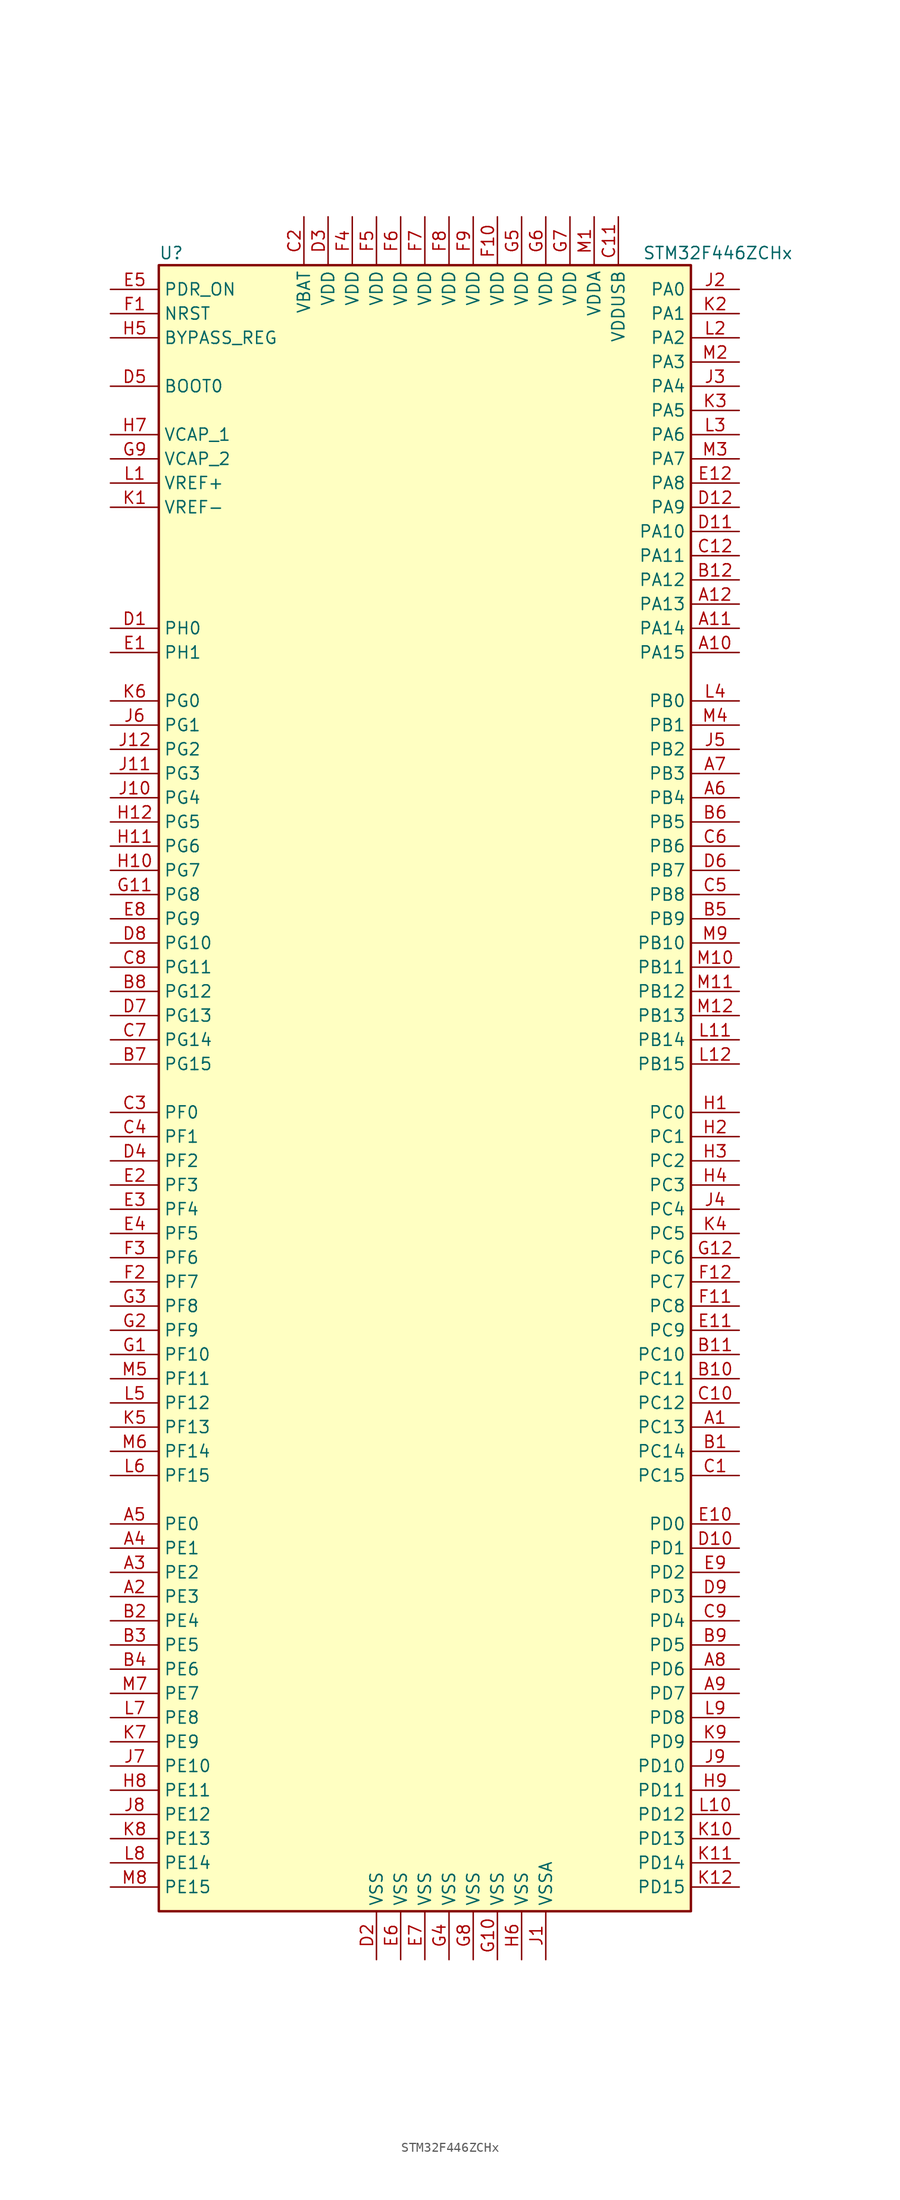
<source format=kicad_sym>
(kicad_symbol_lib
  (version 20201005)
  (generator kicad_symbol_editor)
  (symbol "STM32F446ZCHx"
    (property "Reference" "U"
      (at -27.94 87.63 0)
      (effects (font (size 1.27 1.27)) (justify left)))
    (property "Value" "STM32F446ZCHx"
      (at 22.86 87.63 0)
      (effects (font (size 1.27 1.27)) (justify left)))
    (symbol "STM32F446ZCHx_0_1"
      (rectangle (start -27.94 -86.36) (end 27.94 86.36) (stroke (width 0.254)) (fill (type background))))
    (symbol "STM32F446ZCHx_1_1"
      (pin bidirectional line (at 33.02 -35.56 180) (length 5.08) (name "PC13" (effects (font (size 1.27 1.27)))) (number "A1" (effects (font (size 1.27 1.27)))))
      (pin bidirectional line (at 33.02 45.72 180) (length 5.08) (name "PA15" (effects (font (size 1.27 1.27)))) (number "A10" (effects (font (size 1.27 1.27)))))
      (pin bidirectional line (at 33.02 48.26 180) (length 5.08) (name "PA14" (effects (font (size 1.27 1.27)))) (number "A11" (effects (font (size 1.27 1.27)))))
      (pin bidirectional line (at 33.02 50.8 180) (length 5.08) (name "PA13" (effects (font (size 1.27 1.27)))) (number "A12" (effects (font (size 1.27 1.27)))))
      (pin bidirectional line (at -33.02 -53.34 0) (length 5.08) (name "PE3" (effects (font (size 1.27 1.27)))) (number "A2" (effects (font (size 1.27 1.27)))))
      (pin bidirectional line (at -33.02 -50.8 0) (length 5.08) (name "PE2" (effects (font (size 1.27 1.27)))) (number "A3" (effects (font (size 1.27 1.27)))))
      (pin bidirectional line (at -33.02 -48.26 0) (length 5.08) (name "PE1" (effects (font (size 1.27 1.27)))) (number "A4" (effects (font (size 1.27 1.27)))))
      (pin bidirectional line (at -33.02 -45.72 0) (length 5.08) (name "PE0" (effects (font (size 1.27 1.27)))) (number "A5" (effects (font (size 1.27 1.27)))))
      (pin bidirectional line (at 33.02 30.48 180) (length 5.08) (name "PB4" (effects (font (size 1.27 1.27)))) (number "A6" (effects (font (size 1.27 1.27)))))
      (pin bidirectional line (at 33.02 33.02 180) (length 5.08) (name "PB3" (effects (font (size 1.27 1.27)))) (number "A7" (effects (font (size 1.27 1.27)))))
      (pin bidirectional line (at 33.02 -60.96 180) (length 5.08) (name "PD6" (effects (font (size 1.27 1.27)))) (number "A8" (effects (font (size 1.27 1.27)))))
      (pin bidirectional line (at 33.02 -63.5 180) (length 5.08) (name "PD7" (effects (font (size 1.27 1.27)))) (number "A9" (effects (font (size 1.27 1.27)))))
      (pin bidirectional line (at 33.02 -38.1 180) (length 5.08) (name "PC14" (effects (font (size 1.27 1.27)))) (number "B1" (effects (font (size 1.27 1.27)))))
      (pin bidirectional line (at 33.02 -30.48 180) (length 5.08) (name "PC11" (effects (font (size 1.27 1.27)))) (number "B10" (effects (font (size 1.27 1.27)))))
      (pin bidirectional line (at 33.02 -27.94 180) (length 5.08) (name "PC10" (effects (font (size 1.27 1.27)))) (number "B11" (effects (font (size 1.27 1.27)))))
      (pin bidirectional line (at 33.02 53.34 180) (length 5.08) (name "PA12" (effects (font (size 1.27 1.27)))) (number "B12" (effects (font (size 1.27 1.27)))))
      (pin bidirectional line (at -33.02 -55.88 0) (length 5.08) (name "PE4" (effects (font (size 1.27 1.27)))) (number "B2" (effects (font (size 1.27 1.27)))))
      (pin bidirectional line (at -33.02 -58.42 0) (length 5.08) (name "PE5" (effects (font (size 1.27 1.27)))) (number "B3" (effects (font (size 1.27 1.27)))))
      (pin bidirectional line (at -33.02 -60.96 0) (length 5.08) (name "PE6" (effects (font (size 1.27 1.27)))) (number "B4" (effects (font (size 1.27 1.27)))))
      (pin bidirectional line (at 33.02 17.78 180) (length 5.08) (name "PB9" (effects (font (size 1.27 1.27)))) (number "B5" (effects (font (size 1.27 1.27)))))
      (pin bidirectional line (at 33.02 27.94 180) (length 5.08) (name "PB5" (effects (font (size 1.27 1.27)))) (number "B6" (effects (font (size 1.27 1.27)))))
      (pin bidirectional line (at -33.02 2.54 0) (length 5.08) (name "PG15" (effects (font (size 1.27 1.27)))) (number "B7" (effects (font (size 1.27 1.27)))))
      (pin bidirectional line (at -33.02 10.16 0) (length 5.08) (name "PG12" (effects (font (size 1.27 1.27)))) (number "B8" (effects (font (size 1.27 1.27)))))
      (pin bidirectional line (at 33.02 -58.42 180) (length 5.08) (name "PD5" (effects (font (size 1.27 1.27)))) (number "B9" (effects (font (size 1.27 1.27)))))
      (pin bidirectional line (at 33.02 -40.64 180) (length 5.08) (name "PC15" (effects (font (size 1.27 1.27)))) (number "C1" (effects (font (size 1.27 1.27)))))
      (pin bidirectional line (at 33.02 -33.02 180) (length 5.08) (name "PC12" (effects (font (size 1.27 1.27)))) (number "C10" (effects (font (size 1.27 1.27)))))
      (pin power_in line (at 20.32 91.44 270) (length 5.08) (name "VDDUSB" (effects (font (size 1.27 1.27)))) (number "C11" (effects (font (size 1.27 1.27)))))
      (pin bidirectional line (at 33.02 55.88 180) (length 5.08) (name "PA11" (effects (font (size 1.27 1.27)))) (number "C12" (effects (font (size 1.27 1.27)))))
      (pin power_in line (at -12.7 91.44 270) (length 5.08) (name "VBAT" (effects (font (size 1.27 1.27)))) (number "C2" (effects (font (size 1.27 1.27)))))
      (pin bidirectional line (at -33.02 -2.54 0) (length 5.08) (name "PF0" (effects (font (size 1.27 1.27)))) (number "C3" (effects (font (size 1.27 1.27)))))
      (pin bidirectional line (at -33.02 -5.08 0) (length 5.08) (name "PF1" (effects (font (size 1.27 1.27)))) (number "C4" (effects (font (size 1.27 1.27)))))
      (pin bidirectional line (at 33.02 20.32 180) (length 5.08) (name "PB8" (effects (font (size 1.27 1.27)))) (number "C5" (effects (font (size 1.27 1.27)))))
      (pin bidirectional line (at 33.02 25.4 180) (length 5.08) (name "PB6" (effects (font (size 1.27 1.27)))) (number "C6" (effects (font (size 1.27 1.27)))))
      (pin bidirectional line (at -33.02 5.08 0) (length 5.08) (name "PG14" (effects (font (size 1.27 1.27)))) (number "C7" (effects (font (size 1.27 1.27)))))
      (pin bidirectional line (at -33.02 12.7 0) (length 5.08) (name "PG11" (effects (font (size 1.27 1.27)))) (number "C8" (effects (font (size 1.27 1.27)))))
      (pin bidirectional line (at 33.02 -55.88 180) (length 5.08) (name "PD4" (effects (font (size 1.27 1.27)))) (number "C9" (effects (font (size 1.27 1.27)))))
      (pin input line (at -33.02 48.26 0) (length 5.08) (name "PH0" (effects (font (size 1.27 1.27)))) (number "D1" (effects (font (size 1.27 1.27)))))
      (pin bidirectional line (at 33.02 -48.26 180) (length 5.08) (name "PD1" (effects (font (size 1.27 1.27)))) (number "D10" (effects (font (size 1.27 1.27)))))
      (pin bidirectional line (at 33.02 58.42 180) (length 5.08) (name "PA10" (effects (font (size 1.27 1.27)))) (number "D11" (effects (font (size 1.27 1.27)))))
      (pin bidirectional line (at 33.02 60.96 180) (length 5.08) (name "PA9" (effects (font (size 1.27 1.27)))) (number "D12" (effects (font (size 1.27 1.27)))))
      (pin power_in line (at -5.08 -91.44 90) (length 5.08) (name "VSS" (effects (font (size 1.27 1.27)))) (number "D2" (effects (font (size 1.27 1.27)))))
      (pin power_in line (at -10.16 91.44 270) (length 5.08) (name "VDD" (effects (font (size 1.27 1.27)))) (number "D3" (effects (font (size 1.27 1.27)))))
      (pin bidirectional line (at -33.02 -7.62 0) (length 5.08) (name "PF2" (effects (font (size 1.27 1.27)))) (number "D4" (effects (font (size 1.27 1.27)))))
      (pin input line (at -33.02 73.66 0) (length 5.08) (name "BOOT0" (effects (font (size 1.27 1.27)))) (number "D5" (effects (font (size 1.27 1.27)))))
      (pin bidirectional line (at 33.02 22.86 180) (length 5.08) (name "PB7" (effects (font (size 1.27 1.27)))) (number "D6" (effects (font (size 1.27 1.27)))))
      (pin bidirectional line (at -33.02 7.62 0) (length 5.08) (name "PG13" (effects (font (size 1.27 1.27)))) (number "D7" (effects (font (size 1.27 1.27)))))
      (pin bidirectional line (at -33.02 15.24 0) (length 5.08) (name "PG10" (effects (font (size 1.27 1.27)))) (number "D8" (effects (font (size 1.27 1.27)))))
      (pin bidirectional line (at 33.02 -53.34 180) (length 5.08) (name "PD3" (effects (font (size 1.27 1.27)))) (number "D9" (effects (font (size 1.27 1.27)))))
      (pin input line (at -33.02 45.72 0) (length 5.08) (name "PH1" (effects (font (size 1.27 1.27)))) (number "E1" (effects (font (size 1.27 1.27)))))
      (pin bidirectional line (at 33.02 -45.72 180) (length 5.08) (name "PD0" (effects (font (size 1.27 1.27)))) (number "E10" (effects (font (size 1.27 1.27)))))
      (pin bidirectional line (at 33.02 -25.4 180) (length 5.08) (name "PC9" (effects (font (size 1.27 1.27)))) (number "E11" (effects (font (size 1.27 1.27)))))
      (pin bidirectional line (at 33.02 63.5 180) (length 5.08) (name "PA8" (effects (font (size 1.27 1.27)))) (number "E12" (effects (font (size 1.27 1.27)))))
      (pin bidirectional line (at -33.02 -10.16 0) (length 5.08) (name "PF3" (effects (font (size 1.27 1.27)))) (number "E2" (effects (font (size 1.27 1.27)))))
      (pin bidirectional line (at -33.02 -12.7 0) (length 5.08) (name "PF4" (effects (font (size 1.27 1.27)))) (number "E3" (effects (font (size 1.27 1.27)))))
      (pin bidirectional line (at -33.02 -15.24 0) (length 5.08) (name "PF5" (effects (font (size 1.27 1.27)))) (number "E4" (effects (font (size 1.27 1.27)))))
      (pin input line (at -33.02 83.82 0) (length 5.08) (name "PDR_ON" (effects (font (size 1.27 1.27)))) (number "E5" (effects (font (size 1.27 1.27)))))
      (pin power_in line (at -2.54 -91.44 90) (length 5.08) (name "VSS" (effects (font (size 1.27 1.27)))) (number "E6" (effects (font (size 1.27 1.27)))))
      (pin power_in line (at 0 -91.44 90) (length 5.08) (name "VSS" (effects (font (size 1.27 1.27)))) (number "E7" (effects (font (size 1.27 1.27)))))
      (pin bidirectional line (at -33.02 17.78 0) (length 5.08) (name "PG9" (effects (font (size 1.27 1.27)))) (number "E8" (effects (font (size 1.27 1.27)))))
      (pin bidirectional line (at 33.02 -50.8 180) (length 5.08) (name "PD2" (effects (font (size 1.27 1.27)))) (number "E9" (effects (font (size 1.27 1.27)))))
      (pin input line (at -33.02 81.28 0) (length 5.08) (name "NRST" (effects (font (size 1.27 1.27)))) (number "F1" (effects (font (size 1.27 1.27)))))
      (pin power_in line (at 7.62 91.44 270) (length 5.08) (name "VDD" (effects (font (size 1.27 1.27)))) (number "F10" (effects (font (size 1.27 1.27)))))
      (pin bidirectional line (at 33.02 -22.86 180) (length 5.08) (name "PC8" (effects (font (size 1.27 1.27)))) (number "F11" (effects (font (size 1.27 1.27)))))
      (pin bidirectional line (at 33.02 -20.32 180) (length 5.08) (name "PC7" (effects (font (size 1.27 1.27)))) (number "F12" (effects (font (size 1.27 1.27)))))
      (pin bidirectional line (at -33.02 -20.32 0) (length 5.08) (name "PF7" (effects (font (size 1.27 1.27)))) (number "F2" (effects (font (size 1.27 1.27)))))
      (pin bidirectional line (at -33.02 -17.78 0) (length 5.08) (name "PF6" (effects (font (size 1.27 1.27)))) (number "F3" (effects (font (size 1.27 1.27)))))
      (pin power_in line (at -7.62 91.44 270) (length 5.08) (name "VDD" (effects (font (size 1.27 1.27)))) (number "F4" (effects (font (size 1.27 1.27)))))
      (pin power_in line (at -5.08 91.44 270) (length 5.08) (name "VDD" (effects (font (size 1.27 1.27)))) (number "F5" (effects (font (size 1.27 1.27)))))
      (pin power_in line (at -2.54 91.44 270) (length 5.08) (name "VDD" (effects (font (size 1.27 1.27)))) (number "F6" (effects (font (size 1.27 1.27)))))
      (pin power_in line (at 0 91.44 270) (length 5.08) (name "VDD" (effects (font (size 1.27 1.27)))) (number "F7" (effects (font (size 1.27 1.27)))))
      (pin power_in line (at 2.54 91.44 270) (length 5.08) (name "VDD" (effects (font (size 1.27 1.27)))) (number "F8" (effects (font (size 1.27 1.27)))))
      (pin power_in line (at 5.08 91.44 270) (length 5.08) (name "VDD" (effects (font (size 1.27 1.27)))) (number "F9" (effects (font (size 1.27 1.27)))))
      (pin bidirectional line (at -33.02 -27.94 0) (length 5.08) (name "PF10" (effects (font (size 1.27 1.27)))) (number "G1" (effects (font (size 1.27 1.27)))))
      (pin power_in line (at 7.62 -91.44 90) (length 5.08) (name "VSS" (effects (font (size 1.27 1.27)))) (number "G10" (effects (font (size 1.27 1.27)))))
      (pin bidirectional line (at -33.02 20.32 0) (length 5.08) (name "PG8" (effects (font (size 1.27 1.27)))) (number "G11" (effects (font (size 1.27 1.27)))))
      (pin bidirectional line (at 33.02 -17.78 180) (length 5.08) (name "PC6" (effects (font (size 1.27 1.27)))) (number "G12" (effects (font (size 1.27 1.27)))))
      (pin bidirectional line (at -33.02 -25.4 0) (length 5.08) (name "PF9" (effects (font (size 1.27 1.27)))) (number "G2" (effects (font (size 1.27 1.27)))))
      (pin bidirectional line (at -33.02 -22.86 0) (length 5.08) (name "PF8" (effects (font (size 1.27 1.27)))) (number "G3" (effects (font (size 1.27 1.27)))))
      (pin power_in line (at 2.54 -91.44 90) (length 5.08) (name "VSS" (effects (font (size 1.27 1.27)))) (number "G4" (effects (font (size 1.27 1.27)))))
      (pin power_in line (at 10.16 91.44 270) (length 5.08) (name "VDD" (effects (font (size 1.27 1.27)))) (number "G5" (effects (font (size 1.27 1.27)))))
      (pin power_in line (at 12.7 91.44 270) (length 5.08) (name "VDD" (effects (font (size 1.27 1.27)))) (number "G6" (effects (font (size 1.27 1.27)))))
      (pin power_in line (at 15.24 91.44 270) (length 5.08) (name "VDD" (effects (font (size 1.27 1.27)))) (number "G7" (effects (font (size 1.27 1.27)))))
      (pin power_in line (at 5.08 -91.44 90) (length 5.08) (name "VSS" (effects (font (size 1.27 1.27)))) (number "G8" (effects (font (size 1.27 1.27)))))
      (pin power_in line (at -33.02 66.04 0) (length 5.08) (name "VCAP_2" (effects (font (size 1.27 1.27)))) (number "G9" (effects (font (size 1.27 1.27)))))
      (pin bidirectional line (at 33.02 -2.54 180) (length 5.08) (name "PC0" (effects (font (size 1.27 1.27)))) (number "H1" (effects (font (size 1.27 1.27)))))
      (pin bidirectional line (at -33.02 22.86 0) (length 5.08) (name "PG7" (effects (font (size 1.27 1.27)))) (number "H10" (effects (font (size 1.27 1.27)))))
      (pin bidirectional line (at -33.02 25.4 0) (length 5.08) (name "PG6" (effects (font (size 1.27 1.27)))) (number "H11" (effects (font (size 1.27 1.27)))))
      (pin bidirectional line (at -33.02 27.94 0) (length 5.08) (name "PG5" (effects (font (size 1.27 1.27)))) (number "H12" (effects (font (size 1.27 1.27)))))
      (pin bidirectional line (at 33.02 -5.08 180) (length 5.08) (name "PC1" (effects (font (size 1.27 1.27)))) (number "H2" (effects (font (size 1.27 1.27)))))
      (pin bidirectional line (at 33.02 -7.62 180) (length 5.08) (name "PC2" (effects (font (size 1.27 1.27)))) (number "H3" (effects (font (size 1.27 1.27)))))
      (pin bidirectional line (at 33.02 -10.16 180) (length 5.08) (name "PC3" (effects (font (size 1.27 1.27)))) (number "H4" (effects (font (size 1.27 1.27)))))
      (pin input line (at -33.02 78.74 0) (length 5.08) (name "BYPASS_REG" (effects (font (size 1.27 1.27)))) (number "H5" (effects (font (size 1.27 1.27)))))
      (pin power_in line (at 10.16 -91.44 90) (length 5.08) (name "VSS" (effects (font (size 1.27 1.27)))) (number "H6" (effects (font (size 1.27 1.27)))))
      (pin power_in line (at -33.02 68.58 0) (length 5.08) (name "VCAP_1" (effects (font (size 1.27 1.27)))) (number "H7" (effects (font (size 1.27 1.27)))))
      (pin bidirectional line (at -33.02 -73.66 0) (length 5.08) (name "PE11" (effects (font (size 1.27 1.27)))) (number "H8" (effects (font (size 1.27 1.27)))))
      (pin bidirectional line (at 33.02 -73.66 180) (length 5.08) (name "PD11" (effects (font (size 1.27 1.27)))) (number "H9" (effects (font (size 1.27 1.27)))))
      (pin power_in line (at 12.7 -91.44 90) (length 5.08) (name "VSSA" (effects (font (size 1.27 1.27)))) (number "J1" (effects (font (size 1.27 1.27)))))
      (pin bidirectional line (at -33.02 30.48 0) (length 5.08) (name "PG4" (effects (font (size 1.27 1.27)))) (number "J10" (effects (font (size 1.27 1.27)))))
      (pin bidirectional line (at -33.02 33.02 0) (length 5.08) (name "PG3" (effects (font (size 1.27 1.27)))) (number "J11" (effects (font (size 1.27 1.27)))))
      (pin bidirectional line (at -33.02 35.56 0) (length 5.08) (name "PG2" (effects (font (size 1.27 1.27)))) (number "J12" (effects (font (size 1.27 1.27)))))
      (pin bidirectional line (at 33.02 83.82 180) (length 5.08) (name "PA0" (effects (font (size 1.27 1.27)))) (number "J2" (effects (font (size 1.27 1.27)))))
      (pin bidirectional line (at 33.02 73.66 180) (length 5.08) (name "PA4" (effects (font (size 1.27 1.27)))) (number "J3" (effects (font (size 1.27 1.27)))))
      (pin bidirectional line (at 33.02 -12.7 180) (length 5.08) (name "PC4" (effects (font (size 1.27 1.27)))) (number "J4" (effects (font (size 1.27 1.27)))))
      (pin bidirectional line (at 33.02 35.56 180) (length 5.08) (name "PB2" (effects (font (size 1.27 1.27)))) (number "J5" (effects (font (size 1.27 1.27)))))
      (pin bidirectional line (at -33.02 38.1 0) (length 5.08) (name "PG1" (effects (font (size 1.27 1.27)))) (number "J6" (effects (font (size 1.27 1.27)))))
      (pin bidirectional line (at -33.02 -71.12 0) (length 5.08) (name "PE10" (effects (font (size 1.27 1.27)))) (number "J7" (effects (font (size 1.27 1.27)))))
      (pin bidirectional line (at -33.02 -76.2 0) (length 5.08) (name "PE12" (effects (font (size 1.27 1.27)))) (number "J8" (effects (font (size 1.27 1.27)))))
      (pin bidirectional line (at 33.02 -71.12 180) (length 5.08) (name "PD10" (effects (font (size 1.27 1.27)))) (number "J9" (effects (font (size 1.27 1.27)))))
      (pin power_in line (at -33.02 60.96 0) (length 5.08) (name "VREF-" (effects (font (size 1.27 1.27)))) (number "K1" (effects (font (size 1.27 1.27)))))
      (pin bidirectional line (at 33.02 -78.74 180) (length 5.08) (name "PD13" (effects (font (size 1.27 1.27)))) (number "K10" (effects (font (size 1.27 1.27)))))
      (pin bidirectional line (at 33.02 -81.28 180) (length 5.08) (name "PD14" (effects (font (size 1.27 1.27)))) (number "K11" (effects (font (size 1.27 1.27)))))
      (pin bidirectional line (at 33.02 -83.82 180) (length 5.08) (name "PD15" (effects (font (size 1.27 1.27)))) (number "K12" (effects (font (size 1.27 1.27)))))
      (pin bidirectional line (at 33.02 81.28 180) (length 5.08) (name "PA1" (effects (font (size 1.27 1.27)))) (number "K2" (effects (font (size 1.27 1.27)))))
      (pin bidirectional line (at 33.02 71.12 180) (length 5.08) (name "PA5" (effects (font (size 1.27 1.27)))) (number "K3" (effects (font (size 1.27 1.27)))))
      (pin bidirectional line (at 33.02 -15.24 180) (length 5.08) (name "PC5" (effects (font (size 1.27 1.27)))) (number "K4" (effects (font (size 1.27 1.27)))))
      (pin bidirectional line (at -33.02 -35.56 0) (length 5.08) (name "PF13" (effects (font (size 1.27 1.27)))) (number "K5" (effects (font (size 1.27 1.27)))))
      (pin bidirectional line (at -33.02 40.64 0) (length 5.08) (name "PG0" (effects (font (size 1.27 1.27)))) (number "K6" (effects (font (size 1.27 1.27)))))
      (pin bidirectional line (at -33.02 -68.58 0) (length 5.08) (name "PE9" (effects (font (size 1.27 1.27)))) (number "K7" (effects (font (size 1.27 1.27)))))
      (pin bidirectional line (at -33.02 -78.74 0) (length 5.08) (name "PE13" (effects (font (size 1.27 1.27)))) (number "K8" (effects (font (size 1.27 1.27)))))
      (pin bidirectional line (at 33.02 -68.58 180) (length 5.08) (name "PD9" (effects (font (size 1.27 1.27)))) (number "K9" (effects (font (size 1.27 1.27)))))
      (pin power_in line (at -33.02 63.5 0) (length 5.08) (name "VREF+" (effects (font (size 1.27 1.27)))) (number "L1" (effects (font (size 1.27 1.27)))))
      (pin bidirectional line (at 33.02 -76.2 180) (length 5.08) (name "PD12" (effects (font (size 1.27 1.27)))) (number "L10" (effects (font (size 1.27 1.27)))))
      (pin bidirectional line (at 33.02 5.08 180) (length 5.08) (name "PB14" (effects (font (size 1.27 1.27)))) (number "L11" (effects (font (size 1.27 1.27)))))
      (pin bidirectional line (at 33.02 2.54 180) (length 5.08) (name "PB15" (effects (font (size 1.27 1.27)))) (number "L12" (effects (font (size 1.27 1.27)))))
      (pin bidirectional line (at 33.02 78.74 180) (length 5.08) (name "PA2" (effects (font (size 1.27 1.27)))) (number "L2" (effects (font (size 1.27 1.27)))))
      (pin bidirectional line (at 33.02 68.58 180) (length 5.08) (name "PA6" (effects (font (size 1.27 1.27)))) (number "L3" (effects (font (size 1.27 1.27)))))
      (pin bidirectional line (at 33.02 40.64 180) (length 5.08) (name "PB0" (effects (font (size 1.27 1.27)))) (number "L4" (effects (font (size 1.27 1.27)))))
      (pin bidirectional line (at -33.02 -33.02 0) (length 5.08) (name "PF12" (effects (font (size 1.27 1.27)))) (number "L5" (effects (font (size 1.27 1.27)))))
      (pin bidirectional line (at -33.02 -40.64 0) (length 5.08) (name "PF15" (effects (font (size 1.27 1.27)))) (number "L6" (effects (font (size 1.27 1.27)))))
      (pin bidirectional line (at -33.02 -66.04 0) (length 5.08) (name "PE8" (effects (font (size 1.27 1.27)))) (number "L7" (effects (font (size 1.27 1.27)))))
      (pin bidirectional line (at -33.02 -81.28 0) (length 5.08) (name "PE14" (effects (font (size 1.27 1.27)))) (number "L8" (effects (font (size 1.27 1.27)))))
      (pin bidirectional line (at 33.02 -66.04 180) (length 5.08) (name "PD8" (effects (font (size 1.27 1.27)))) (number "L9" (effects (font (size 1.27 1.27)))))
      (pin power_in line (at 17.78 91.44 270) (length 5.08) (name "VDDA" (effects (font (size 1.27 1.27)))) (number "M1" (effects (font (size 1.27 1.27)))))
      (pin bidirectional line (at 33.02 12.7 180) (length 5.08) (name "PB11" (effects (font (size 1.27 1.27)))) (number "M10" (effects (font (size 1.27 1.27)))))
      (pin bidirectional line (at 33.02 10.16 180) (length 5.08) (name "PB12" (effects (font (size 1.27 1.27)))) (number "M11" (effects (font (size 1.27 1.27)))))
      (pin bidirectional line (at 33.02 7.62 180) (length 5.08) (name "PB13" (effects (font (size 1.27 1.27)))) (number "M12" (effects (font (size 1.27 1.27)))))
      (pin bidirectional line (at 33.02 76.2 180) (length 5.08) (name "PA3" (effects (font (size 1.27 1.27)))) (number "M2" (effects (font (size 1.27 1.27)))))
      (pin bidirectional line (at 33.02 66.04 180) (length 5.08) (name "PA7" (effects (font (size 1.27 1.27)))) (number "M3" (effects (font (size 1.27 1.27)))))
      (pin bidirectional line (at 33.02 38.1 180) (length 5.08) (name "PB1" (effects (font (size 1.27 1.27)))) (number "M4" (effects (font (size 1.27 1.27)))))
      (pin bidirectional line (at -33.02 -30.48 0) (length 5.08) (name "PF11" (effects (font (size 1.27 1.27)))) (number "M5" (effects (font (size 1.27 1.27)))))
      (pin bidirectional line (at -33.02 -38.1 0) (length 5.08) (name "PF14" (effects (font (size 1.27 1.27)))) (number "M6" (effects (font (size 1.27 1.27)))))
      (pin bidirectional line (at -33.02 -63.5 0) (length 5.08) (name "PE7" (effects (font (size 1.27 1.27)))) (number "M7" (effects (font (size 1.27 1.27)))))
      (pin bidirectional line (at -33.02 -83.82 0) (length 5.08) (name "PE15" (effects (font (size 1.27 1.27)))) (number "M8" (effects (font (size 1.27 1.27)))))
      (pin bidirectional line (at 33.02 15.24 180) (length 5.08) (name "PB10" (effects (font (size 1.27 1.27)))) (number "M9" (effects (font (size 1.27 1.27))))))))
</source>
